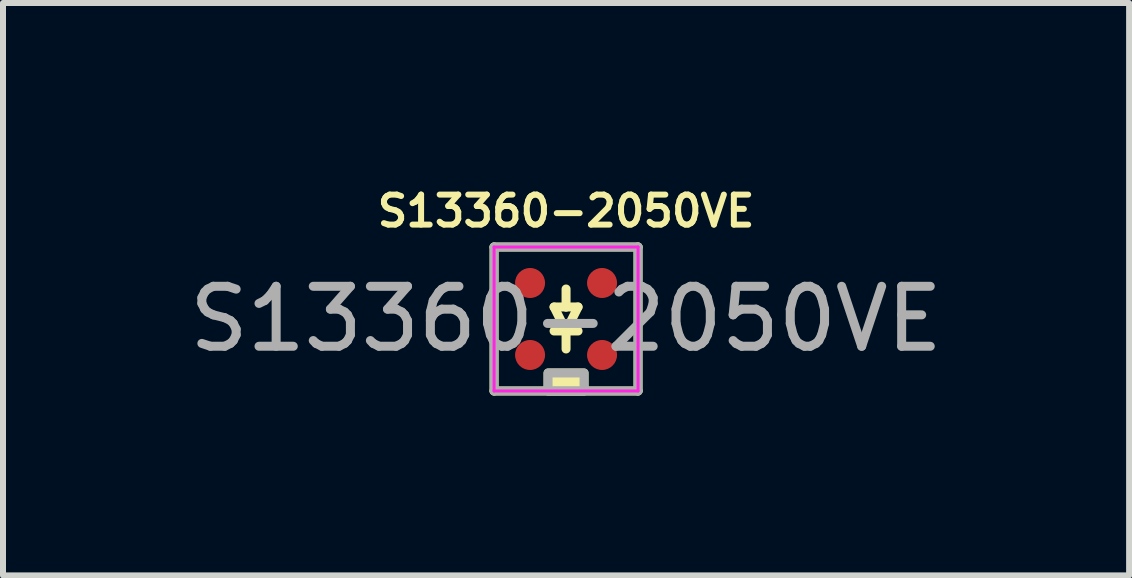
<source format=kicad_pcb>
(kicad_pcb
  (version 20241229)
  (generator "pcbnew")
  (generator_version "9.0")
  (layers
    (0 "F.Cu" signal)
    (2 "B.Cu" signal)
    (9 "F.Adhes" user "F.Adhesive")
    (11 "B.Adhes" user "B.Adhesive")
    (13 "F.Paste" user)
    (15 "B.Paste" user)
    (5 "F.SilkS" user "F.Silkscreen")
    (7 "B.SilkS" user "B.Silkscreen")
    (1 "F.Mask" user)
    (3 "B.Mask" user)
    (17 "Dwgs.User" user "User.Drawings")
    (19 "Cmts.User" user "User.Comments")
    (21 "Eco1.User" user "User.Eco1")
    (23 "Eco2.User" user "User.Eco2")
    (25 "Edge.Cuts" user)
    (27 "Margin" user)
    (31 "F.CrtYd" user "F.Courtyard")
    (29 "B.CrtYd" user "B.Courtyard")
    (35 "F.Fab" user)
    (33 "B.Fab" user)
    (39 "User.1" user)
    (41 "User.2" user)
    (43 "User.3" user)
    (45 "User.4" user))
  (footprint "S13360-2050VE"
    (layer "F.Cu")
    (at 6.387 2.268)
    (property "Reference" "S13360-2050VE" (at 0 -1.8 0) (layer "F.SilkS") (effects (font (size 0.5 0.5) (thickness 0.1))))
    (attr smd)
    (fp_line (start -1.2 -1.2) (end -1.2 1.2) (stroke (width 0.15) (type solid)) (layer "F.SilkS"))
    (fp_line (start -1.2 1.2) (end 1.2 1.2) (stroke (width 0.15) (type solid)) (layer "F.SilkS"))
    (fp_line (start -0.2 -0.2) (end 0 0.2) (stroke (width 0.15) (type solid)) (layer "F.SilkS"))
    (fp_line (start -0.2 0.2) (end 0.2 0.2) (stroke (width 0.15) (type solid)) (layer "F.SilkS"))
    (fp_line (start 0 -0.2) (end -0.2 -0.2) (stroke (width 0.15) (type solid)) (layer "F.SilkS"))
    (fp_line (start 0 -0.2) (end 0 -0.5) (stroke (width 0.15) (type solid)) (layer "F.SilkS"))
    (fp_line (start 0 0.2) (end 0 0.5) (stroke (width 0.15) (type solid)) (layer "F.SilkS"))
    (fp_line (start 0 0.2) (end 0.2 -0.2) (stroke (width 0.15) (type solid)) (layer "F.SilkS"))
    (fp_line (start 0.2 -0.2) (end 0 -0.2) (stroke (width 0.15) (type solid)) (layer "F.SilkS"))
    (fp_line (start 1.2 -1.2) (end -1.2 -1.2) (stroke (width 0.15) (type solid)) (layer "F.SilkS"))
    (fp_line (start 1.2 1.2) (end 1.2 -1.2) (stroke (width 0.15) (type solid)) (layer "F.SilkS"))
    (fp_poly (pts (xy 0.3 1.2) (xy 0.3 0.9) (xy -0.3 0.9) (xy -0.3 1.2)) (stroke (width 0.15) (type solid)) (fill yes) (layer "F.SilkS"))
    (fp_line (start -1.2 -1.2) (end -1.2 1.2) (stroke (width 0.05) (type solid)) (layer "F.CrtYd"))
    (fp_line (start -1.2 1.2) (end 1.2 1.2) (stroke (width 0.05) (type solid)) (layer "F.CrtYd"))
    (fp_line (start 1.2 -1.2) (end -1.2 -1.2) (stroke (width 0.05) (type solid)) (layer "F.CrtYd"))
    (fp_line (start 1.2 1.2) (end 1.2 -1.2) (stroke (width 0.05) (type solid)) (layer "F.CrtYd"))
    (fp_line (start -1.2 -1.2) (end -1.2 1.2) (stroke (width 0.15) (type solid)) (layer "F.Fab"))
    (fp_line (start -1.2 1.2) (end 1.2 1.2) (stroke (width 0.15) (type solid)) (layer "F.Fab"))
    (fp_line (start 1.2 -1.2) (end -1.2 -1.2) (stroke (width 0.15) (type solid)) (layer "F.Fab"))
    (fp_line (start 1.2 1.2) (end 1.2 -1.2) (stroke (width 0.15) (type solid)) (layer "F.Fab"))
    (fp_poly (pts (xy -0.3 1.2) (xy -0.3 0.9) (xy 0.3 0.9) (xy 0.3 1.2)) (stroke (width 0.15) (type solid)) (fill no) (layer "F.Fab"))
    (fp_text user "${REFERENCE}" (at 0 0 0) (layer "F.Fab") (effects (font (size 1 1) (thickness 0.15))))
    (pad "1" smd circle (at -0.6 -0.6) (size 0.5 0.5) (layers "F.Cu" "F.Mask" "F.Paste"))
    (pad "1" smd circle (at 0.6 -0.6) (size 0.5 0.5) (layers "F.Cu" "F.Mask" "F.Paste"))
    (pad "2" smd circle (at -0.6 0.6) (size 0.5 0.5) (layers "F.Cu" "F.Mask" "F.Paste"))
    (pad "2" smd circle (at 0.6 0.6) (size 0.5 0.5) (layers "F.Cu" "F.Mask" "F.Paste")))
  (gr_rect
    (start -3 -3)
    (end 15.774 6.543)
    (stroke (width 0.1) (type default))
    (fill no)
    (layer "Edge.Cuts")))
</source>
